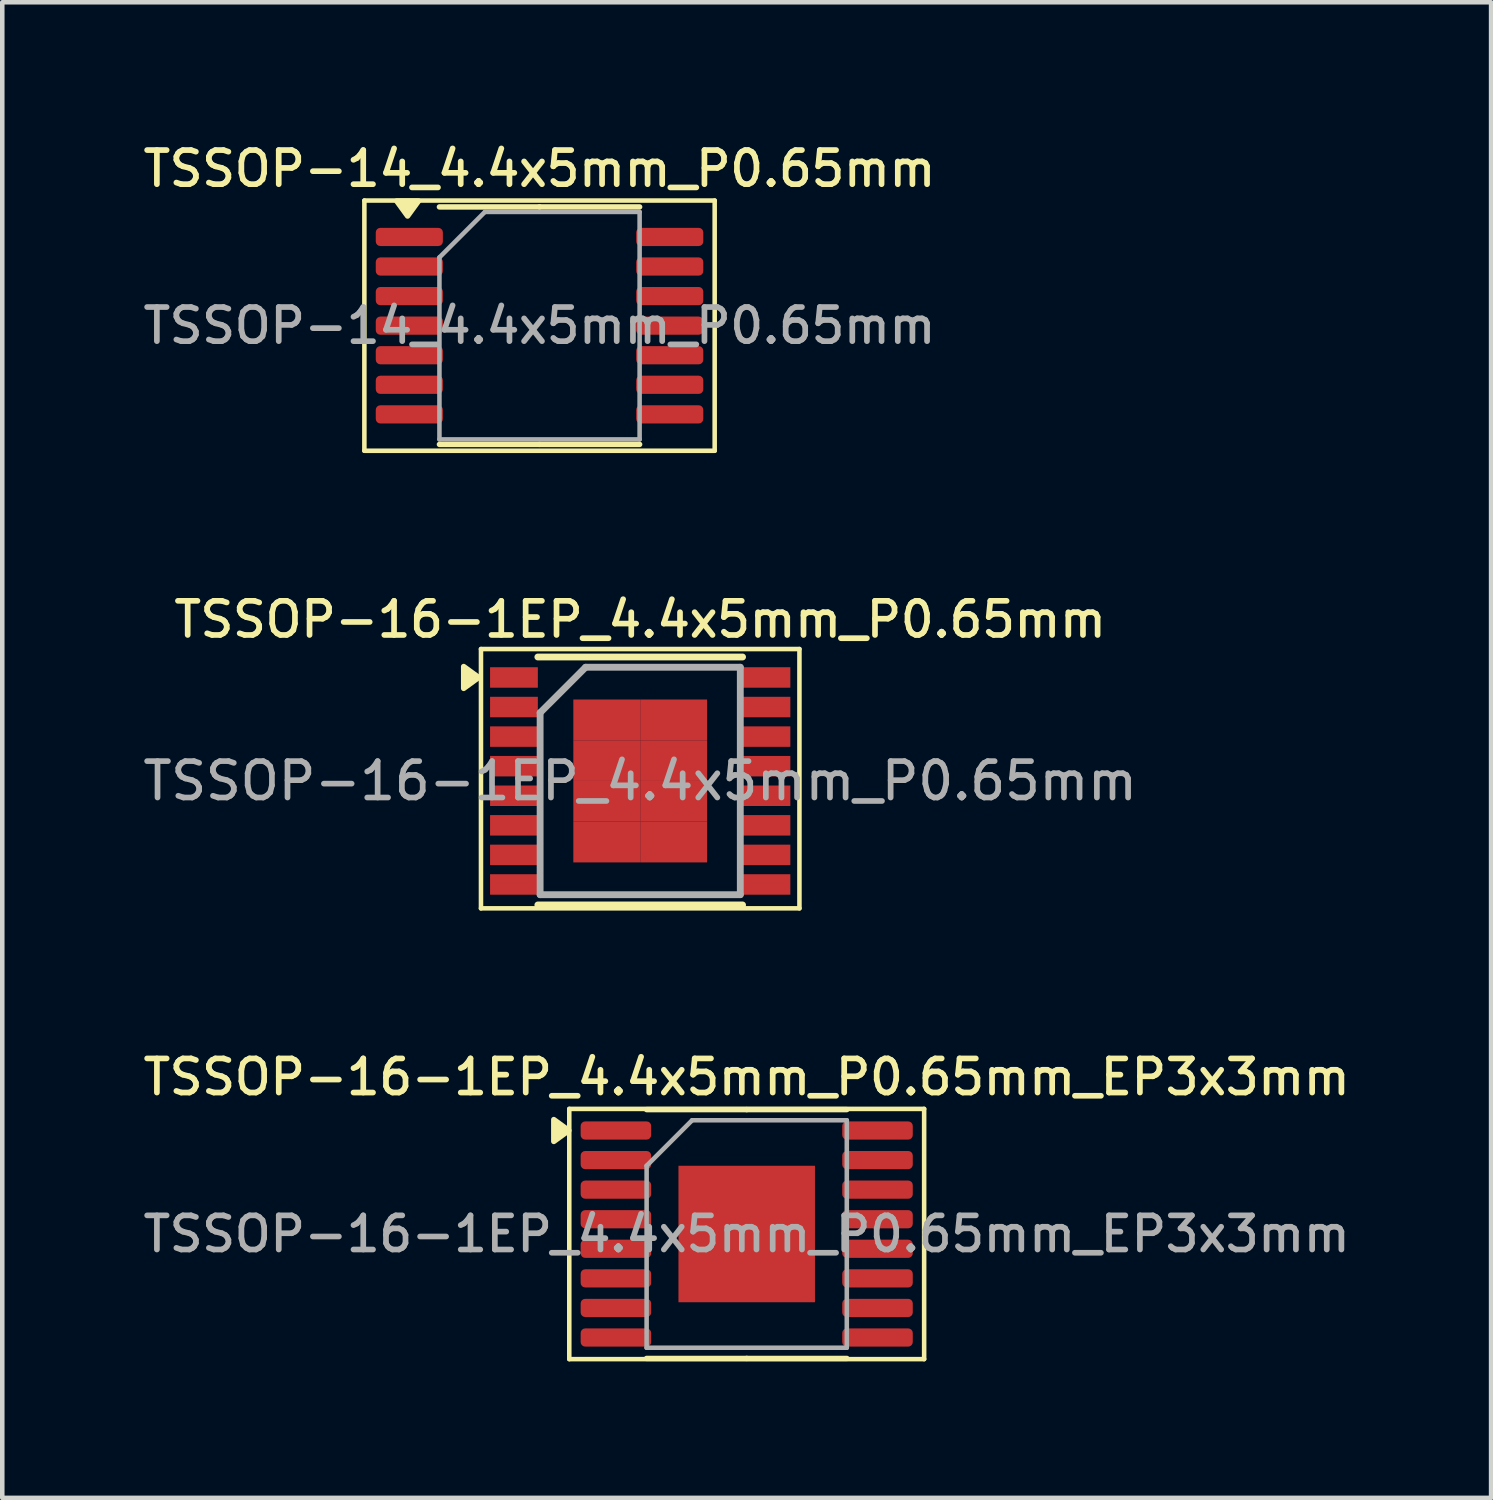
<source format=kicad_pcb>
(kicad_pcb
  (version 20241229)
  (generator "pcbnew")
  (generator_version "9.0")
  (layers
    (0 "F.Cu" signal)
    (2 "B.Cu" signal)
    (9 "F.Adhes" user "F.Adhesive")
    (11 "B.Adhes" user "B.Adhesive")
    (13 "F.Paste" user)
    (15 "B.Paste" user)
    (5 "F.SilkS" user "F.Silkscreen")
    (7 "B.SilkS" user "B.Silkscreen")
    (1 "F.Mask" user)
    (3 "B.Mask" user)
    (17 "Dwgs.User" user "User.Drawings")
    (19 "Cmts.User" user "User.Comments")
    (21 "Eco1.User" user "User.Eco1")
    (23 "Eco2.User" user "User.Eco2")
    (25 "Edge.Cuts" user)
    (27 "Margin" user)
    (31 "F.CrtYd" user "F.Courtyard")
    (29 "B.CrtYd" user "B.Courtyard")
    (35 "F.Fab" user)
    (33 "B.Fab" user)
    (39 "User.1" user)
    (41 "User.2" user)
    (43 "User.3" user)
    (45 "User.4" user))
  (footprint "TSSOP-16-1EP_4.4x5mm_P0.65mm_EP3x3mm"
    (layer "F.Cu")
    (at 13.363 24.074)
    (property "Reference" "TSSOP-16-1EP_4.4x5mm_P0.65mm_EP3x3mm" (at 0 -3.45 0) (layer "F.SilkS") (effects (font (size 0.75 0.75) (thickness 0.125))))
    (attr smd)
    (fp_line (start -3.9 -2.75) (end -3.9 2.75) (stroke (width 0.1) (type solid)) (layer "F.SilkS"))
    (fp_line (start -3.9 2.75) (end 3.9 2.75) (stroke (width 0.1) (type solid)) (layer "F.SilkS"))
    (fp_line (start 0 -2.735) (end -2.2 -2.735) (stroke (width 0.12) (type solid)) (layer "F.SilkS"))
    (fp_line (start 0 -2.735) (end 2.2 -2.735) (stroke (width 0.12) (type solid)) (layer "F.SilkS"))
    (fp_line (start 0 2.735) (end -2.2 2.735) (stroke (width 0.12) (type solid)) (layer "F.SilkS"))
    (fp_line (start 0 2.735) (end 2.2 2.735) (stroke (width 0.12) (type solid)) (layer "F.SilkS"))
    (fp_line (start 3.9 -2.75) (end -3.9 -2.75) (stroke (width 0.1) (type solid)) (layer "F.SilkS"))
    (fp_line (start 3.9 2.75) (end 3.9 -2.75) (stroke (width 0.1) (type solid)) (layer "F.SilkS"))
    (fp_poly (pts (xy -3.91 -2.275) (xy -4.24 -2.515) (xy -4.24 -2.035) (xy -3.91 -2.275)) (stroke (width 0.12) (type solid)) (fill yes) (layer "F.SilkS"))
    (fp_line (start -2.2 -1.5) (end -1.2 -2.5) (stroke (width 0.1) (type solid)) (layer "F.Fab"))
    (fp_line (start -2.2 2.5) (end -2.2 -1.5) (stroke (width 0.1) (type solid)) (layer "F.Fab"))
    (fp_line (start -1.2 -2.5) (end 2.2 -2.5) (stroke (width 0.1) (type solid)) (layer "F.Fab"))
    (fp_line (start 2.2 -2.5) (end 2.2 2.5) (stroke (width 0.1) (type solid)) (layer "F.Fab"))
    (fp_line (start 2.2 2.5) (end -2.2 2.5) (stroke (width 0.1) (type solid)) (layer "F.Fab"))
    (fp_text user "${REFERENCE}" (at 0 0 0) (layer "F.Fab") (effects (font (size 0.75 0.75) (thickness 0.125))))
    (pad "" smd roundrect (at -0.75 -0.75) (size 1.21 1.21) (layers "F.Paste") (roundrect_rratio 0.207))
    (pad "" smd roundrect (at -0.75 0.75) (size 1.21 1.21) (layers "F.Paste") (roundrect_rratio 0.207))
    (pad "" smd roundrect (at 0.75 -0.75) (size 1.21 1.21) (layers "F.Paste") (roundrect_rratio 0.207))
    (pad "" smd roundrect (at 0.75 0.75) (size 1.21 1.21) (layers "F.Paste") (roundrect_rratio 0.207))
    (pad "1" smd roundrect (at -2.875 -2.275) (size 1.55 0.4) (layers "F.Cu" "F.Mask" "F.Paste") (roundrect_rratio 0.25))
    (pad "2" smd roundrect (at -2.875 -1.625) (size 1.55 0.4) (layers "F.Cu" "F.Mask" "F.Paste") (roundrect_rratio 0.25))
    (pad "3" smd roundrect (at -2.875 -0.975) (size 1.55 0.4) (layers "F.Cu" "F.Mask" "F.Paste") (roundrect_rratio 0.25))
    (pad "4" smd roundrect (at -2.875 -0.325) (size 1.55 0.4) (layers "F.Cu" "F.Mask" "F.Paste") (roundrect_rratio 0.25))
    (pad "5" smd roundrect (at -2.875 0.325) (size 1.55 0.4) (layers "F.Cu" "F.Mask" "F.Paste") (roundrect_rratio 0.25))
    (pad "6" smd roundrect (at -2.875 0.975) (size 1.55 0.4) (layers "F.Cu" "F.Mask" "F.Paste") (roundrect_rratio 0.25))
    (pad "7" smd roundrect (at -2.875 1.625) (size 1.55 0.4) (layers "F.Cu" "F.Mask" "F.Paste") (roundrect_rratio 0.25))
    (pad "8" smd roundrect (at -2.875 2.275) (size 1.55 0.4) (layers "F.Cu" "F.Mask" "F.Paste") (roundrect_rratio 0.25))
    (pad "9" smd roundrect (at 2.875 2.275) (size 1.55 0.4) (layers "F.Cu" "F.Mask" "F.Paste") (roundrect_rratio 0.25))
    (pad "10" smd roundrect (at 2.875 1.625) (size 1.55 0.4) (layers "F.Cu" "F.Mask" "F.Paste") (roundrect_rratio 0.25))
    (pad "11" smd roundrect (at 2.875 0.975) (size 1.55 0.4) (layers "F.Cu" "F.Mask" "F.Paste") (roundrect_rratio 0.25))
    (pad "12" smd roundrect (at 2.875 0.325) (size 1.55 0.4) (layers "F.Cu" "F.Mask" "F.Paste") (roundrect_rratio 0.25))
    (pad "13" smd roundrect (at 2.875 -0.325) (size 1.55 0.4) (layers "F.Cu" "F.Mask" "F.Paste") (roundrect_rratio 0.25))
    (pad "14" smd roundrect (at 2.875 -0.975) (size 1.55 0.4) (layers "F.Cu" "F.Mask" "F.Paste") (roundrect_rratio 0.25))
    (pad "15" smd roundrect (at 2.875 -1.625) (size 1.55 0.4) (layers "F.Cu" "F.Mask" "F.Paste") (roundrect_rratio 0.25))
    (pad "16" smd roundrect (at 2.875 -2.275) (size 1.55 0.4) (layers "F.Cu" "F.Mask" "F.Paste") (roundrect_rratio 0.25))
    (pad "17" smd rect (at 0 0) (size 3 3) (property pad_prop_heatsink) (layers "F.Cu" "F.Mask")))
  (footprint "TSSOP-16-1EP_4.4x5mm_P0.65mm"
    (layer "F.Cu")
    (at 11.022 14.116)
    (property "Reference" "TSSOP-16-1EP_4.4x5mm_P0.65mm" (at 0 -3.55 0) (layer "F.SilkS") (effects (font (size 0.75 0.75) (thickness 0.125))))
    (attr smd)
    (fp_line (start -3.5 -2.9) (end -3.5 2.8) (stroke (width 0.1) (type solid)) (layer "F.SilkS"))
    (fp_line (start -3.5 -2.9) (end 3.5 -2.9) (stroke (width 0.1) (type solid)) (layer "F.SilkS"))
    (fp_line (start -3.5 2.8) (end 3.5 2.8) (stroke (width 0.1) (type solid)) (layer "F.SilkS"))
    (fp_line (start -2.25 -2.725) (end 2.25 -2.725) (stroke (width 0.15) (type solid)) (layer "F.SilkS"))
    (fp_line (start -2.25 2.725) (end 2.25 2.725) (stroke (width 0.15) (type solid)) (layer "F.SilkS"))
    (fp_line (start 3.5 -2.9) (end 3.5 2.8) (stroke (width 0.1) (type solid)) (layer "F.SilkS"))
    (fp_poly (pts (xy -3.55 -2.275) (xy -3.88 -2.515) (xy -3.88 -2.035) (xy -3.55 -2.275)) (stroke (width 0.12) (type solid)) (fill yes) (layer "F.SilkS"))
    (fp_line (start -2.2 -1.5) (end -1.2 -2.5) (stroke (width 0.15) (type solid)) (layer "F.Fab"))
    (fp_line (start -2.2 2.5) (end -2.2 -1.5) (stroke (width 0.15) (type solid)) (layer "F.Fab"))
    (fp_line (start -1.2 -2.5) (end 2.2 -2.5) (stroke (width 0.15) (type solid)) (layer "F.Fab"))
    (fp_line (start 2.2 -2.5) (end 2.2 2.5) (stroke (width 0.15) (type solid)) (layer "F.Fab"))
    (fp_line (start 2.2 2.5) (end -2.2 2.5) (stroke (width 0.15) (type solid)) (layer "F.Fab"))
    (fp_text user "${REFERENCE}" (at 0 0 0) (layer "F.Fab") (effects (font (size 0.8 0.8) (thickness 0.125))))
    (pad "1" smd rect (at -2.775 -2.275) (size 1.05 0.45) (layers "F.Cu" "F.Mask" "F.Paste"))
    (pad "2" smd rect (at -2.775 -1.625) (size 1.05 0.45) (layers "F.Cu" "F.Mask" "F.Paste"))
    (pad "3" smd rect (at -2.775 -0.975) (size 1.05 0.45) (layers "F.Cu" "F.Mask" "F.Paste"))
    (pad "4" smd rect (at -2.775 -0.325) (size 1.05 0.45) (layers "F.Cu" "F.Mask" "F.Paste"))
    (pad "5" smd rect (at -2.775 0.325) (size 1.05 0.45) (layers "F.Cu" "F.Mask" "F.Paste"))
    (pad "6" smd rect (at -2.775 0.975) (size 1.05 0.45) (layers "F.Cu" "F.Mask" "F.Paste"))
    (pad "7" smd rect (at -2.775 1.625) (size 1.05 0.45) (layers "F.Cu" "F.Mask" "F.Paste"))
    (pad "8" smd rect (at -2.775 2.275) (size 1.05 0.45) (layers "F.Cu" "F.Mask" "F.Paste"))
    (pad "9" smd rect (at 2.775 2.275) (size 1.05 0.45) (layers "F.Cu" "F.Mask" "F.Paste"))
    (pad "10" smd rect (at 2.775 1.625) (size 1.05 0.45) (layers "F.Cu" "F.Mask" "F.Paste"))
    (pad "11" smd rect (at 2.775 0.975) (size 1.05 0.45) (layers "F.Cu" "F.Mask" "F.Paste"))
    (pad "12" smd rect (at 2.775 0.325) (size 1.05 0.45) (layers "F.Cu" "F.Mask" "F.Paste"))
    (pad "13" smd rect (at 2.775 -0.325) (size 1.05 0.45) (layers "F.Cu" "F.Mask" "F.Paste"))
    (pad "14" smd rect (at 2.775 -0.975) (size 1.05 0.45) (layers "F.Cu" "F.Mask" "F.Paste"))
    (pad "15" smd rect (at 2.775 -1.625) (size 1.05 0.45) (layers "F.Cu" "F.Mask" "F.Paste"))
    (pad "16" smd rect (at 2.775 -2.275) (size 1.05 0.45) (layers "F.Cu" "F.Mask" "F.Paste"))
    (pad "17" smd rect (at -0.735 -1.343) (size 1.47 0.895) (layers "F.Cu" "F.Mask" "F.Paste"))
    (pad "17" smd rect (at -0.735 -0.448) (size 1.47 0.895) (layers "F.Cu" "F.Mask" "F.Paste"))
    (pad "17" smd rect (at -0.735 0.448) (size 1.47 0.895) (layers "F.Cu" "F.Mask" "F.Paste"))
    (pad "17" smd rect (at -0.735 1.343) (size 1.47 0.895) (layers "F.Cu" "F.Mask" "F.Paste"))
    (pad "17" smd rect (at 0.735 -1.343) (size 1.47 0.895) (layers "F.Cu" "F.Mask" "F.Paste"))
    (pad "17" smd rect (at 0.735 -0.448) (size 1.47 0.895) (layers "F.Cu" "F.Mask" "F.Paste"))
    (pad "17" smd rect (at 0.735 0.448) (size 1.47 0.895) (layers "F.Cu" "F.Mask" "F.Paste"))
    (pad "17" smd rect (at 0.735 1.343) (size 1.47 0.895) (layers "F.Cu" "F.Mask" "F.Paste")))
  (footprint "TSSOP-14_4.4x5mm_P0.65mm"
    (layer "F.Cu")
    (at 8.809 4.108)
    (property "Reference" "TSSOP-14_4.4x5mm_P0.65mm" (at 0 -3.45 0) (layer "F.SilkS") (effects (font (size 0.75 0.75) (thickness 0.125))))
    (attr smd)
    (fp_line (start -3.85 -2.75) (end -3.85 2.75) (stroke (width 0.1) (type solid)) (layer "F.SilkS"))
    (fp_line (start -3.85 2.75) (end 3.85 2.75) (stroke (width 0.1) (type solid)) (layer "F.SilkS"))
    (fp_line (start 0 -2.61) (end -2.2 -2.61) (stroke (width 0.12) (type solid)) (layer "F.SilkS"))
    (fp_line (start 0 -2.61) (end 2.2 -2.61) (stroke (width 0.12) (type solid)) (layer "F.SilkS"))
    (fp_line (start 0 2.61) (end -2.2 2.61) (stroke (width 0.12) (type solid)) (layer "F.SilkS"))
    (fp_line (start 0 2.61) (end 2.2 2.61) (stroke (width 0.12) (type solid)) (layer "F.SilkS"))
    (fp_line (start 3.85 -2.75) (end -3.85 -2.75) (stroke (width 0.1) (type solid)) (layer "F.SilkS"))
    (fp_line (start 3.85 2.75) (end 3.85 -2.75) (stroke (width 0.1) (type solid)) (layer "F.SilkS"))
    (fp_poly (pts (xy -2.9 -2.41) (xy -3.14 -2.74) (xy -2.66 -2.74) (xy -2.9 -2.41)) (stroke (width 0.12) (type solid)) (fill yes) (layer "F.SilkS"))
    (fp_line (start -2.2 -1.5) (end -1.2 -2.5) (stroke (width 0.1) (type solid)) (layer "F.Fab"))
    (fp_line (start -2.2 2.5) (end -2.2 -1.5) (stroke (width 0.1) (type solid)) (layer "F.Fab"))
    (fp_line (start -1.2 -2.5) (end 2.2 -2.5) (stroke (width 0.1) (type solid)) (layer "F.Fab"))
    (fp_line (start 2.2 -2.5) (end 2.2 2.5) (stroke (width 0.1) (type solid)) (layer "F.Fab"))
    (fp_line (start 2.2 2.5) (end -2.2 2.5) (stroke (width 0.1) (type solid)) (layer "F.Fab"))
    (fp_text user "${REFERENCE}" (at 0 0 0) (layer "F.Fab") (effects (font (size 0.75 0.75) (thickness 0.125))))
    (pad "1" smd roundrect (at -2.862 -1.95) (size 1.475 0.4) (layers "F.Cu" "F.Mask" "F.Paste") (roundrect_rratio 0.25))
    (pad "2" smd roundrect (at -2.862 -1.3) (size 1.475 0.4) (layers "F.Cu" "F.Mask" "F.Paste") (roundrect_rratio 0.25))
    (pad "3" smd roundrect (at -2.862 -0.65) (size 1.475 0.4) (layers "F.Cu" "F.Mask" "F.Paste") (roundrect_rratio 0.25))
    (pad "4" smd roundrect (at -2.862 0) (size 1.475 0.4) (layers "F.Cu" "F.Mask" "F.Paste") (roundrect_rratio 0.25))
    (pad "5" smd roundrect (at -2.862 0.65) (size 1.475 0.4) (layers "F.Cu" "F.Mask" "F.Paste") (roundrect_rratio 0.25))
    (pad "6" smd roundrect (at -2.862 1.3) (size 1.475 0.4) (layers "F.Cu" "F.Mask" "F.Paste") (roundrect_rratio 0.25))
    (pad "7" smd roundrect (at -2.862 1.95) (size 1.475 0.4) (layers "F.Cu" "F.Mask" "F.Paste") (roundrect_rratio 0.25))
    (pad "8" smd roundrect (at 2.862 1.95) (size 1.475 0.4) (layers "F.Cu" "F.Mask" "F.Paste") (roundrect_rratio 0.25))
    (pad "9" smd roundrect (at 2.862 1.3) (size 1.475 0.4) (layers "F.Cu" "F.Mask" "F.Paste") (roundrect_rratio 0.25))
    (pad "10" smd roundrect (at 2.862 0.65) (size 1.475 0.4) (layers "F.Cu" "F.Mask" "F.Paste") (roundrect_rratio 0.25))
    (pad "11" smd roundrect (at 2.862 0) (size 1.475 0.4) (layers "F.Cu" "F.Mask" "F.Paste") (roundrect_rratio 0.25))
    (pad "12" smd roundrect (at 2.862 -0.65) (size 1.475 0.4) (layers "F.Cu" "F.Mask" "F.Paste") (roundrect_rratio 0.25))
    (pad "13" smd roundrect (at 2.862 -1.3) (size 1.475 0.4) (layers "F.Cu" "F.Mask" "F.Paste") (roundrect_rratio 0.25))
    (pad "14" smd roundrect (at 2.862 -1.95) (size 1.475 0.4) (layers "F.Cu" "F.Mask" "F.Paste") (roundrect_rratio 0.25)))
  (gr_rect
    (start -3 -3)
    (end 29.725 29.874)
    (stroke (width 0.1) (type default))
    (fill no)
    (layer "Edge.Cuts")))
</source>
